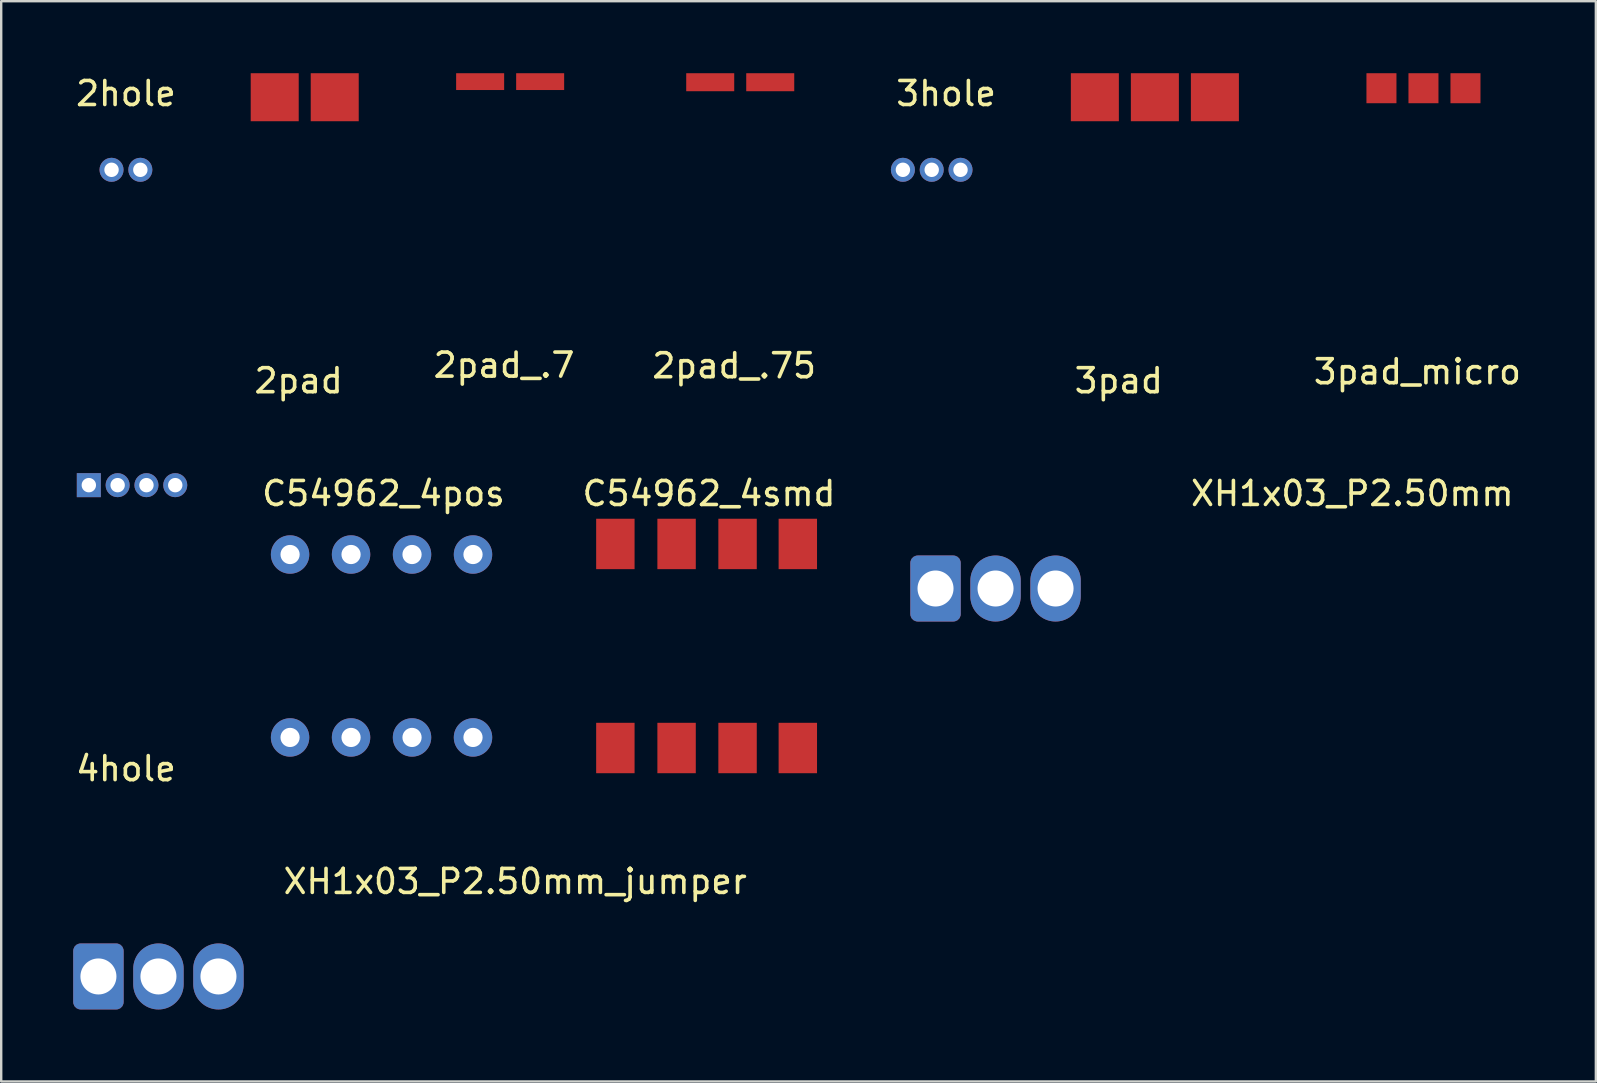
<source format=kicad_pcb>
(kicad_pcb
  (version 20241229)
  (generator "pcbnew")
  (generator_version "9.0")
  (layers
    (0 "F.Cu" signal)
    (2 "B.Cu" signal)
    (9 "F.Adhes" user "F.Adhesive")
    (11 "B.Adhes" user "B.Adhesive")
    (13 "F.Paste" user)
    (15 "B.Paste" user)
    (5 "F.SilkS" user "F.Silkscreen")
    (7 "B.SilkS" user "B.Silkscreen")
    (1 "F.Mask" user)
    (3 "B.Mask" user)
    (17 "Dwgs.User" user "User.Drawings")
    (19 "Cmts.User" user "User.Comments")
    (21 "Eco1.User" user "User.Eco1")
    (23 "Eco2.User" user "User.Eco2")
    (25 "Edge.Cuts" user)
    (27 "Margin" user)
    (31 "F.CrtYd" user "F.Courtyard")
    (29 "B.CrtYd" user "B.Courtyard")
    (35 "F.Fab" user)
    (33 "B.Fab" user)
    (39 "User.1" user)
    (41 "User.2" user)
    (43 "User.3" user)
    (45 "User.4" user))
  (footprint "C54962_4smd"
    (layer "F.Cu")
    (at 26.483 23.858)
    (property "Reference" "C54962_4smd" (at 0 -6.35 180) (layer "F.SilkS") (effects (font (size 1 1) (thickness 0.15))))
    (attr through_hole)
    (pad "1" smd rect (at -3.9 4.25) (size 1.6 2.1) (layers "F.Cu" "F.Mask" "F.Paste"))
    (pad "2" smd rect (at -1.35 4.25) (size 1.6 2.1) (layers "F.Cu" "F.Mask" "F.Paste"))
    (pad "3" smd rect (at 1.19 4.25) (size 1.6 2.1) (layers "F.Cu" "F.Mask" "F.Paste"))
    (pad "4" smd rect (at 3.7 4.25) (size 1.6 2.1) (layers "F.Cu" "F.Mask" "F.Paste"))
    (pad "5" smd rect (at -3.9 -4.25) (size 1.6 2.1) (layers "F.Cu" "F.Mask" "F.Paste"))
    (pad "6" smd rect (at -1.35 -4.25) (size 1.6 2.1) (layers "F.Cu" "F.Mask" "F.Paste"))
    (pad "7" smd rect (at 1.19 -4.25) (size 1.6 2.1) (layers "F.Cu" "F.Mask" "F.Paste"))
    (pad "8" smd rect (at 3.7 -4.25) (size 1.6 2.1) (layers "F.Cu" "F.Mask" "F.Paste")))
  (footprint "2pad_.75"
    (layer "F.Cu")
    (at 27.784 0.375)
    (property "Reference" "2pad_.75" (at -0.254 11.811 180) (layer "F.SilkS") (effects (font (size 1 1) (thickness 0.15))))
    (attr through_hole)
    (pad "1" smd rect (at 1.25 0) (size 2 0.75) (layers "F.Cu" "F.Mask" "F.Paste"))
    (pad "2" smd rect (at -1.25 0) (size 2 0.75) (layers "F.Cu" "F.Mask" "F.Paste")))
  (footprint "XH1x03_P2.50mm"
    (layer "F.Cu")
    (at 35.919 21.464)
    (property "Reference" "XH1x03_P2.50mm" (at 17.361 -3.957 180) (layer "F.SilkS") (effects (font (size 1 1) (thickness 0.15))))
    (attr through_hole)
    (pad "1" thru_hole roundrect (at 0 0) (size 2.1 2.75) (drill 1.5) (layers "*.Cu" "*.Mask") (roundrect_rratio 0.147))
    (pad "2" thru_hole oval (at 2.5 0) (size 2.1 2.75) (drill 1.5) (layers "*.Cu" "*.Mask"))
    (pad "3" thru_hole oval (at 5 0) (size 2.1 2.75) (drill 1.5) (layers "*.Cu" "*.Mask")))
  (footprint "XH1x03_P2.50mm_jumper"
    (layer "F.Cu")
    (at 1.05 37.624)
    (property "Reference" "XH1x03_P2.50mm_jumper" (at 17.361 -3.957 180) (layer "F.SilkS") (effects (font (size 1 1) (thickness 0.15))))
    (attr through_hole)
    (pad "1" thru_hole roundrect (at 0 0) (size 2.1 2.75) (drill 1.5) (layers "*.Cu" "*.Mask") (roundrect_rratio 0.147))
    (pad "2" thru_hole oval (at 2.5 0) (size 2.1 2.75) (drill 1.5) (layers "*.Cu" "*.Mask"))
    (pad "3" thru_hole oval (at 5 0) (size 2.1 2.75) (drill 1.5) (layers "*.Cu" "*.Mask")))
  (footprint "3hole"
    (layer "F.Cu")
    (at 36.36 4.023)
    (property "Reference" "3hole" (at 0 -3.175 0) (layer "F.SilkS") (effects (font (size 1 1) (thickness 0.15))))
    (attr through_hole)
    (pad "1" thru_hole circle (at 0.6 0) (size 1 1) (drill 0.6) (layers "*.Cu" "*.Mask"))
    (pad "2" thru_hole circle (at -0.6 0) (size 1 1) (drill 0.6) (layers "*.Cu" "*.Mask"))
    (pad "3" thru_hole circle (at -1.8 0) (size 1 1) (drill 0.6) (layers "*.Cu" "*.Mask")))
  (footprint "4hole"
    (layer "F.Cu")
    (at 2.45 17.159)
    (property "Reference" "4hole" (at -0.254 11.811 0) (layer "F.SilkS") (effects (font (size 1 1) (thickness 0.15))))
    (attr through_hole)
    (pad "1" thru_hole circle (at 0.6 0) (size 1 1) (drill 0.6) (layers "*.Cu" "*.Mask"))
    (pad "2" thru_hole circle (at -0.6 0) (size 1 1) (drill 0.6) (layers "*.Cu" "*.Mask"))
    (pad "3" thru_hole rect (at -1.8 0) (size 1 1) (drill 0.6) (layers "*.Cu" "*.Mask"))
    (pad "4" thru_hole circle (at 1.8 0 90) (size 1 1) (drill 0.6) (layers "*.Cu" "*.Mask")))
  (footprint "2hole"
    (layer "F.Cu")
    (at 2.196 4.023)
    (property "Reference" "2hole" (at 0 -3.175 0) (layer "F.SilkS") (effects (font (size 1 1) (thickness 0.15))))
    (attr through_hole)
    (pad "1" thru_hole circle (at 0.6 0) (size 1 1) (drill 0.6) (layers "*.Cu" "*.Mask"))
    (pad "2" thru_hole circle (at -0.6 0) (size 1 1) (drill 0.6) (layers "*.Cu" "*.Mask")))
  (footprint "2pad_.7"
    (layer "F.Cu")
    (at 18.2 0.35)
    (property "Reference" "2pad_.7" (at -0.254 11.811 180) (layer "F.SilkS") (effects (font (size 1 1) (thickness 0.15))))
    (attr through_hole)
    (pad "1" smd rect (at 1.25 0) (size 2 0.7) (layers "F.Cu" "F.Mask" "F.Paste"))
    (pad "2" smd rect (at -1.25 0) (size 2 0.7) (layers "F.Cu" "F.Mask" "F.Paste")))
  (footprint "C54962_4pos"
    (layer "F.Cu")
    (at 12.923 23.858)
    (property "Reference" "C54962_4pos" (at 0 -6.35 0) (layer "F.SilkS") (effects (font (size 1 1) (thickness 0.15))))
    (attr through_hole)
    (pad "1" thru_hole circle (at -3.89 3.81) (size 1.6 1.6) (drill 0.8) (layers "*.Cu" "*.Mask"))
    (pad "2" thru_hole circle (at -1.35 3.81) (size 1.6 1.6) (drill 0.8) (layers "*.Cu" "*.Mask"))
    (pad "3" thru_hole circle (at 1.19 3.81) (size 1.6 1.6) (drill 0.8) (layers "*.Cu" "*.Mask"))
    (pad "4" thru_hole circle (at 3.73 3.81) (size 1.6 1.6) (drill 0.8) (layers "*.Cu" "*.Mask"))
    (pad "5" thru_hole circle (at -3.89 -3.81) (size 1.6 1.6) (drill 0.8) (layers "*.Cu" "*.Mask"))
    (pad "6" thru_hole circle (at -1.35 -3.81) (size 1.6 1.6) (drill 0.8) (layers "*.Cu" "*.Mask"))
    (pad "7" thru_hole circle (at 1.19 -3.81) (size 1.6 1.6) (drill 0.8) (layers "*.Cu" "*.Mask"))
    (pad "8" thru_hole circle (at 3.73 -3.81) (size 1.6 1.6) (drill 0.8) (layers "*.Cu" "*.Mask")))
  (footprint "2pad"
    (layer "F.Cu")
    (at 9.643 1)
    (property "Reference" "2pad" (at -0.254 11.811 0) (layer "F.SilkS") (effects (font (size 1 1) (thickness 0.15))))
    (attr through_hole)
    (pad "1" smd rect (at 1.25 0) (size 2 2) (layers "F.Cu" "F.Mask" "F.Paste"))
    (pad "2" smd rect (at -1.25 0) (size 2 2) (layers "F.Cu" "F.Mask" "F.Paste")))
  (footprint "3pad_micro"
    (layer "F.Cu")
    (at 56.244 0.625)
    (property "Reference" "3pad_micro" (at -0.254 11.811 0) (layer "F.SilkS") (effects (font (size 1 1) (thickness 0.15))))
    (attr through_hole)
    (pad "1" smd rect (at 1.75 0 90) (size 1.25 1.25) (layers "F.Cu" "F.Mask" "F.Paste"))
    (pad "2" smd rect (at 0 0) (size 1.25 1.25) (layers "F.Cu" "F.Mask" "F.Paste"))
    (pad "3" smd rect (at -1.75 0) (size 1.25 1.25) (layers "F.Cu" "F.Mask" "F.Paste")))
  (footprint "3pad"
    (layer "F.Cu")
    (at 43.806 1)
    (property "Reference" "3pad" (at -0.254 11.811 0) (layer "F.SilkS") (effects (font (size 1 1) (thickness 0.15))))
    (attr through_hole)
    (pad "1" smd rect (at 3.75 0 90) (size 2 2) (layers "F.Cu" "F.Mask" "F.Paste"))
    (pad "2" smd rect (at 1.25 0) (size 2 2) (layers "F.Cu" "F.Mask" "F.Paste"))
    (pad "3" smd rect (at -1.25 0) (size 2 2) (layers "F.Cu" "F.Mask" "F.Paste")))
  (gr_rect
    (start -3 -3)
    (end 63.425 41.999)
    (stroke (width 0.1) (type default))
    (fill no)
    (layer "Edge.Cuts")))
</source>
